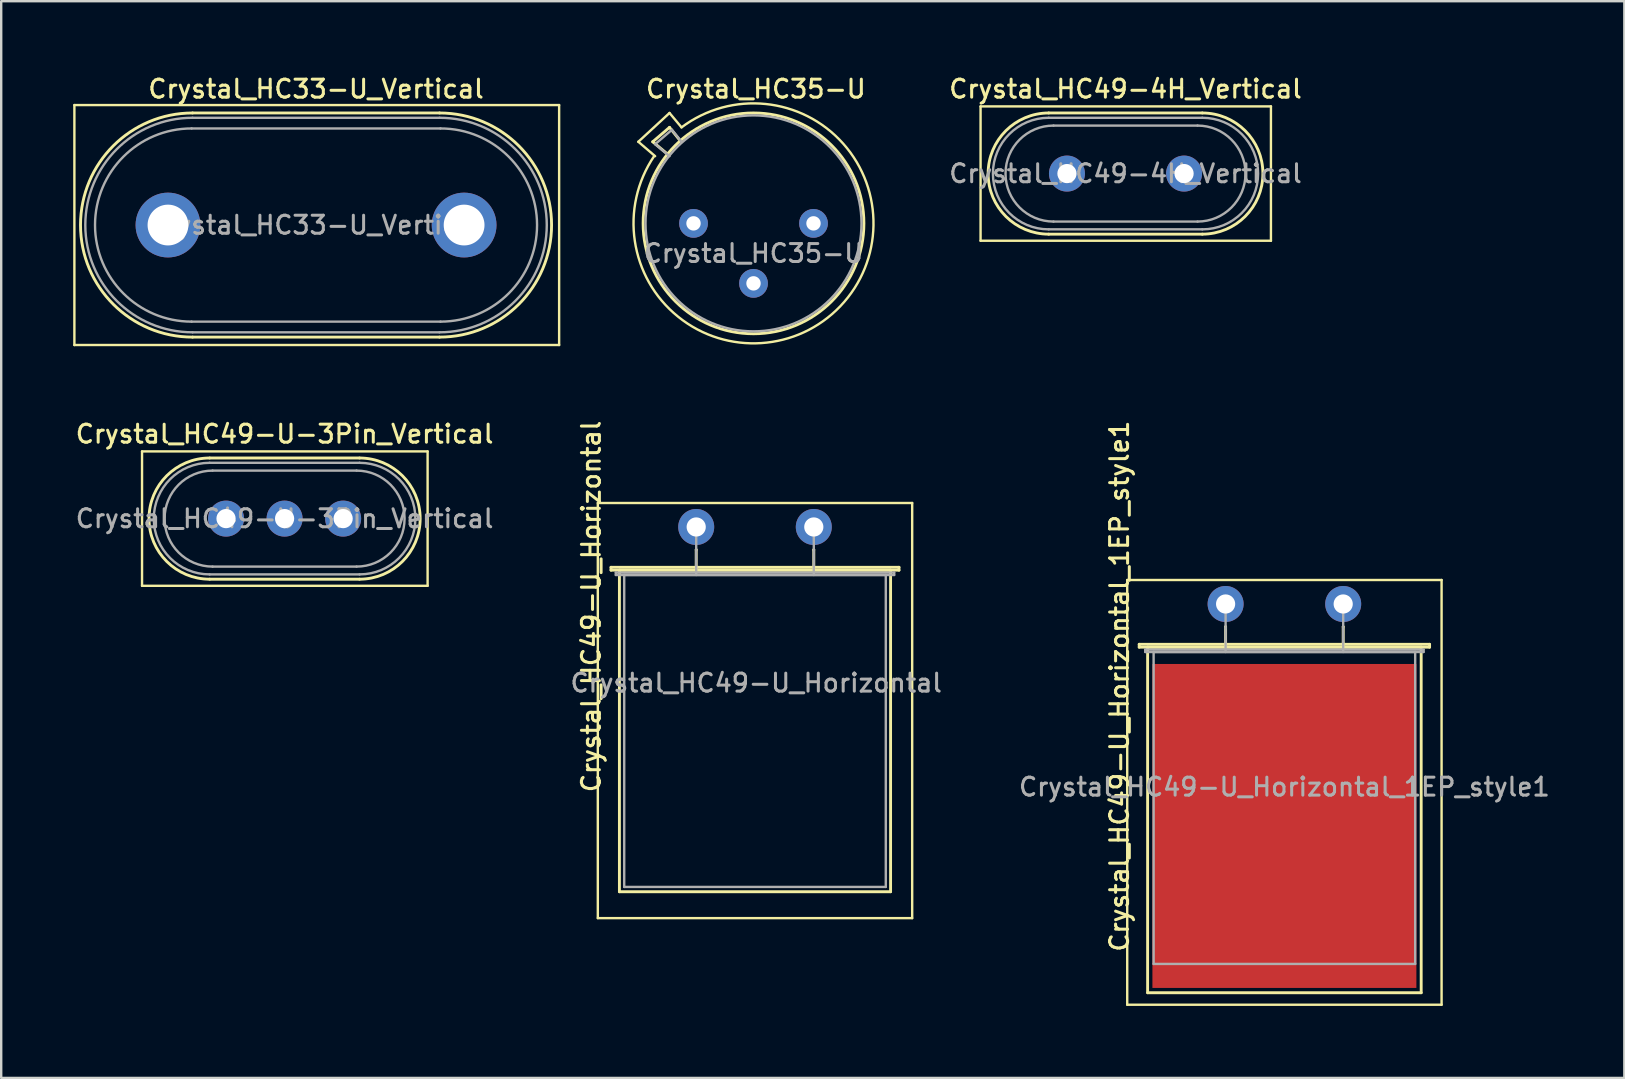
<source format=kicad_pcb>
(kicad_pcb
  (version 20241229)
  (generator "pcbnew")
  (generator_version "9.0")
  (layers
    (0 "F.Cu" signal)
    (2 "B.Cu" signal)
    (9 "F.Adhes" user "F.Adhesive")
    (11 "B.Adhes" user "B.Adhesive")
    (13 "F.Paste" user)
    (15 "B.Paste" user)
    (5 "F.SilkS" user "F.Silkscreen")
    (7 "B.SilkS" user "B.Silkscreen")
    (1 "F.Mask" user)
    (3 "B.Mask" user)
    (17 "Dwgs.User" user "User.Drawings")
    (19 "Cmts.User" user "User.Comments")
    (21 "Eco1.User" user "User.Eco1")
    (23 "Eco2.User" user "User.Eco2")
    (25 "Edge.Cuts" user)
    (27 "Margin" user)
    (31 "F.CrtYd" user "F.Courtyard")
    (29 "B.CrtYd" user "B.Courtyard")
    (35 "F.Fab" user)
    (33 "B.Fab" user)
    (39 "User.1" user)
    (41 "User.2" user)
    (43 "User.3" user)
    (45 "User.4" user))
  (footprint "Crystal_HC49-U_Horizontal_1EP_style1"
    (layer "F.Cu")
    (at 48.023 22.119)
    (property "Reference" "Crystal_HC49-U_Horizontal_1EP_style1" (at -4.425 3.425 90) (layer "F.SilkS") (effects (font (size 0.75 0.75) (thickness 0.125))))
    (attr through_hole)
    (fp_line (start -4.1 -1) (end -4.1 16.7) (stroke (width 0.1) (type solid)) (layer "F.SilkS"))
    (fp_line (start -4.1 16.7) (end 9 16.7) (stroke (width 0.1) (type solid)) (layer "F.SilkS"))
    (fp_line (start -3.6 1.68) (end 8.5 1.68) (stroke (width 0.12) (type solid)) (layer "F.SilkS"))
    (fp_line (start -3.6 1.8) (end -3.6 1.68) (stroke (width 0.12) (type solid)) (layer "F.SilkS"))
    (fp_line (start -3.25 1.8) (end -3.25 16.2) (stroke (width 0.12) (type solid)) (layer "F.SilkS"))
    (fp_line (start -3.25 16.2) (end 8.15 16.2) (stroke (width 0.12) (type solid)) (layer "F.SilkS"))
    (fp_line (start 0 0.95) (end 0 0.95) (stroke (width 0.12) (type solid)) (layer "F.SilkS"))
    (fp_line (start 0 1.8) (end 0 0.95) (stroke (width 0.12) (type solid)) (layer "F.SilkS"))
    (fp_line (start 4.9 0.95) (end 4.9 0.95) (stroke (width 0.12) (type solid)) (layer "F.SilkS"))
    (fp_line (start 4.9 1.8) (end 4.9 0.95) (stroke (width 0.12) (type solid)) (layer "F.SilkS"))
    (fp_line (start 8.15 1.8) (end -3.25 1.8) (stroke (width 0.12) (type solid)) (layer "F.SilkS"))
    (fp_line (start 8.15 16.2) (end 8.15 1.8) (stroke (width 0.12) (type solid)) (layer "F.SilkS"))
    (fp_line (start 8.5 1.68) (end 8.5 1.8) (stroke (width 0.12) (type solid)) (layer "F.SilkS"))
    (fp_line (start 8.5 1.8) (end -3.6 1.8) (stroke (width 0.12) (type solid)) (layer "F.SilkS"))
    (fp_line (start 9 -1) (end -4.1 -1) (stroke (width 0.1) (type solid)) (layer "F.SilkS"))
    (fp_line (start 9 16.7) (end 9 -1) (stroke (width 0.1) (type solid)) (layer "F.SilkS"))
    (fp_line (start -3.35 1.9) (end 8.25 1.9) (stroke (width 0.1) (type solid)) (layer "F.Fab"))
    (fp_line (start -3.35 2) (end -3.35 1.9) (stroke (width 0.1) (type solid)) (layer "F.Fab"))
    (fp_line (start -3 2) (end -3 15) (stroke (width 0.1) (type solid)) (layer "F.Fab"))
    (fp_line (start -3 15) (end 7.9 15) (stroke (width 0.1) (type solid)) (layer "F.Fab"))
    (fp_line (start 0 1) (end 0 0) (stroke (width 0.1) (type solid)) (layer "F.Fab"))
    (fp_line (start 0 2) (end 0 1) (stroke (width 0.1) (type solid)) (layer "F.Fab"))
    (fp_line (start 4.9 1) (end 4.9 0) (stroke (width 0.1) (type solid)) (layer "F.Fab"))
    (fp_line (start 4.9 2) (end 4.9 1) (stroke (width 0.1) (type solid)) (layer "F.Fab"))
    (fp_line (start 7.9 2) (end -3 2) (stroke (width 0.1) (type solid)) (layer "F.Fab"))
    (fp_line (start 7.9 15) (end 7.9 2) (stroke (width 0.1) (type solid)) (layer "F.Fab"))
    (fp_line (start 8.25 1.9) (end 8.25 2) (stroke (width 0.1) (type solid)) (layer "F.Fab"))
    (fp_line (start 8.25 2) (end -3.35 2) (stroke (width 0.1) (type solid)) (layer "F.Fab"))
    (fp_text user "${REFERENCE}" (at 2.45 7.625 0) (layer "F.Fab") (effects (font (size 0.75 0.75) (thickness 0.125))))
    (pad "1" thru_hole circle (at 0 0) (size 1.5 1.5) (drill 0.8) (layers "*.Cu" "*.Mask"))
    (pad "2" thru_hole circle (at 4.9 0) (size 1.5 1.5) (drill 0.8) (layers "*.Cu" "*.Mask"))
    (pad "3" smd rect (at 2.45 9.25) (size 11 13.5) (layers "F.Cu" "F.Mask" "F.Paste")))
  (footprint "Crystal_HC35-U"
    (layer "F.Cu")
    (at 25.85 6.258)
    (property "Reference" "Crystal_HC35-U" (at 2.6 -5.6 0) (layer "F.SilkS") (effects (font (size 0.75 0.75) (thickness 0.125))))
    (attr through_hole)
    (fp_line (start -2.3 -3.4) (end -1 -4.6) (stroke (width 0.1) (type solid)) (layer "F.SilkS"))
    (fp_line (start -1.7 -3.4) (end -1 -4) (stroke (width 0.12) (type solid)) (layer "F.SilkS"))
    (fp_line (start -1.6 -2.8) (end -2.3 -3.4) (stroke (width 0.1) (type solid)) (layer "F.SilkS"))
    (fp_line (start -1.1 -2.9) (end -1.7 -3.4) (stroke (width 0.12) (type solid)) (layer "F.SilkS"))
    (fp_line (start -1 -4.6) (end -0.5 -4) (stroke (width 0.1) (type solid)) (layer "F.SilkS"))
    (fp_line (start -1 -4) (end -0.6 -3.5) (stroke (width 0.12) (type solid)) (layer "F.SilkS"))
    (fp_arc (start -0.5 -4) (mid 6.119047 3.45) (end -1.638828 -2.80537) (stroke (width 0.1) (type solid)) (layer "F.SilkS"))
    (fp_circle (center 2.5 0) (end 7.1 0) (stroke (width 0.12) (type solid)) (fill no) (layer "F.SilkS"))
    (fp_line (start -1.6 -3.3) (end -0.9 -3.9) (stroke (width 0.1) (type solid)) (layer "F.Fab"))
    (fp_line (start -1 -2.8) (end -1.6 -3.3) (stroke (width 0.1) (type solid)) (layer "F.Fab"))
    (fp_line (start -0.9 -3.9) (end -0.5 -3.4) (stroke (width 0.1) (type solid)) (layer "F.Fab"))
    (fp_circle (center 2.5 0) (end 7 0) (stroke (width 0.1) (type solid)) (fill no) (layer "F.Fab"))
    (fp_text user "${REFERENCE}" (at 2.5 1.25 0) (layer "F.Fab") (effects (font (size 0.75 0.75) (thickness 0.125))))
    (pad "1" thru_hole circle (at 0 0) (size 1.2 1.2) (drill 0.6) (layers "*.Cu" "*.Mask"))
    (pad "2" thru_hole circle (at 5 0) (size 1.2 1.2) (drill 0.6) (layers "*.Cu" "*.Mask"))
    (pad "3" thru_hole circle (at 2.5 2.5) (size 1.2 1.2) (drill 0.6) (layers "*.Cu" "*.Mask")))
  (footprint "Crystal_HC49-4H_Vertical"
    (layer "F.Cu")
    (at 41.412 4.183)
    (property "Reference" "Crystal_HC49-4H_Vertical" (at 2.44 -3.525 0) (layer "F.SilkS") (effects (font (size 0.75 0.75) (thickness 0.125))))
    (attr through_hole)
    (fp_line (start -3.6 -2.8) (end -3.6 2.8) (stroke (width 0.1) (type solid)) (layer "F.SilkS"))
    (fp_line (start -3.6 2.8) (end 8.5 2.8) (stroke (width 0.1) (type solid)) (layer "F.SilkS"))
    (fp_line (start -0.76 -2.525) (end 5.64 -2.525) (stroke (width 0.12) (type solid)) (layer "F.SilkS"))
    (fp_line (start -0.76 2.525) (end 5.64 2.525) (stroke (width 0.12) (type solid)) (layer "F.SilkS"))
    (fp_line (start 8.5 -2.8) (end -3.6 -2.8) (stroke (width 0.1) (type solid)) (layer "F.SilkS"))
    (fp_line (start 8.5 2.8) (end 8.5 -2.8) (stroke (width 0.1) (type solid)) (layer "F.SilkS"))
    (fp_arc (start -0.76 2.525) (mid -3.285 0) (end -0.76 -2.525) (stroke (width 0.12) (type solid)) (layer "F.SilkS"))
    (fp_arc (start 5.64 -2.525) (mid 8.165 0) (end 5.64 2.525) (stroke (width 0.12) (type solid)) (layer "F.SilkS"))
    (fp_line (start -0.76 -2.325) (end 5.64 -2.325) (stroke (width 0.1) (type solid)) (layer "F.Fab"))
    (fp_line (start -0.76 2.325) (end 5.64 2.325) (stroke (width 0.1) (type solid)) (layer "F.Fab"))
    (fp_line (start -0.56 -2) (end 5.44 -2) (stroke (width 0.1) (type solid)) (layer "F.Fab"))
    (fp_line (start -0.56 2) (end 5.44 2) (stroke (width 0.1) (type solid)) (layer "F.Fab"))
    (fp_arc (start -0.76 2.325) (mid -3.085 0) (end -0.76 -2.325) (stroke (width 0.1) (type solid)) (layer "F.Fab"))
    (fp_arc (start -0.56 2) (mid -2.56 0) (end -0.56 -2) (stroke (width 0.1) (type solid)) (layer "F.Fab"))
    (fp_arc (start 5.44 -2) (mid 7.44 0) (end 5.44 2) (stroke (width 0.1) (type solid)) (layer "F.Fab"))
    (fp_arc (start 5.64 -2.325) (mid 7.965 0) (end 5.64 2.325) (stroke (width 0.1) (type solid)) (layer "F.Fab"))
    (fp_text user "${REFERENCE}" (at 2.44 0 0) (layer "F.Fab") (effects (font (size 0.75 0.75) (thickness 0.125))))
    (pad "1" thru_hole circle (at 0 0) (size 1.5 1.5) (drill 0.8) (layers "*.Cu" "*.Mask"))
    (pad "2" thru_hole circle (at 4.88 0) (size 1.5 1.5) (drill 0.8) (layers "*.Cu" "*.Mask")))
  (footprint "Crystal_HC33-U_Vertical"
    (layer "F.Cu")
    (at 3.95 6.328)
    (property "Reference" "Crystal_HC33-U_Vertical" (at 6.17 -5.67 0) (layer "F.SilkS") (effects (font (size 0.75 0.75) (thickness 0.125))))
    (attr through_hole)
    (fp_line (start -3.9 -5) (end -3.9 5) (stroke (width 0.1) (type solid)) (layer "F.SilkS"))
    (fp_line (start -3.9 5) (end 16.3 5) (stroke (width 0.1) (type solid)) (layer "F.SilkS"))
    (fp_line (start 1.025 -4.67) (end 11.315 -4.67) (stroke (width 0.12) (type solid)) (layer "F.SilkS"))
    (fp_line (start 1.025 4.67) (end 11.315 4.67) (stroke (width 0.12) (type solid)) (layer "F.SilkS"))
    (fp_line (start 16.3 -5) (end -3.9 -5) (stroke (width 0.1) (type solid)) (layer "F.SilkS"))
    (fp_line (start 16.3 5) (end 16.3 -5) (stroke (width 0.1) (type solid)) (layer "F.SilkS"))
    (fp_arc (start 1.025 4.67) (mid -3.645 0) (end 1.025 -4.67) (stroke (width 0.12) (type solid)) (layer "F.SilkS"))
    (fp_arc (start 11.315 -4.67) (mid 15.985 0) (end 11.315 4.67) (stroke (width 0.12) (type solid)) (layer "F.SilkS"))
    (fp_line (start 0.985 -4.025) (end 11.355 -4.025) (stroke (width 0.1) (type solid)) (layer "F.Fab"))
    (fp_line (start 0.985 4.025) (end 11.355 4.025) (stroke (width 0.1) (type solid)) (layer "F.Fab"))
    (fp_line (start 1.025 -4.47) (end 11.315 -4.47) (stroke (width 0.1) (type solid)) (layer "F.Fab"))
    (fp_line (start 1.025 4.47) (end 11.315 4.47) (stroke (width 0.1) (type solid)) (layer "F.Fab"))
    (fp_arc (start 0.985 4.025) (mid -3.04 0) (end 0.985 -4.025) (stroke (width 0.1) (type solid)) (layer "F.Fab"))
    (fp_arc (start 1.025 4.47) (mid -3.445 0) (end 1.025 -4.47) (stroke (width 0.1) (type solid)) (layer "F.Fab"))
    (fp_arc (start 11.315 -4.47) (mid 15.785 0) (end 11.315 4.47) (stroke (width 0.1) (type solid)) (layer "F.Fab"))
    (fp_arc (start 11.355 -4.025) (mid 15.38 0) (end 11.355 4.025) (stroke (width 0.1) (type solid)) (layer "F.Fab"))
    (fp_text user "${REFERENCE}" (at 6.17 0 0) (layer "F.Fab") (effects (font (size 0.75 0.75) (thickness 0.125))))
    (pad "1" thru_hole circle (at 0 0) (size 2.7 2.7) (drill 1.7) (layers "*.Cu" "*.Mask"))
    (pad "2" thru_hole circle (at 12.34 0) (size 2.7 2.7) (drill 1.7) (layers "*.Cu" "*.Mask")))
  (footprint "Crystal_HC49-U_Horizontal"
    (layer "F.Cu")
    (at 25.962 18.91)
    (property "Reference" "Crystal_HC49-U_Horizontal" (at -4.375 3.312 90) (layer "F.SilkS") (effects (font (size 0.75 0.75) (thickness 0.125))))
    (attr through_hole)
    (fp_line (start -4.1 -1) (end -4.1 16.3) (stroke (width 0.1) (type solid)) (layer "F.SilkS"))
    (fp_line (start -4.1 16.3) (end 9 16.3) (stroke (width 0.1) (type solid)) (layer "F.SilkS"))
    (fp_line (start -3.55 1.68) (end 8.45 1.68) (stroke (width 0.12) (type solid)) (layer "F.SilkS"))
    (fp_line (start -3.55 1.8) (end -3.55 1.68) (stroke (width 0.12) (type solid)) (layer "F.SilkS"))
    (fp_line (start -3.2 1.8) (end -3.2 15.2) (stroke (width 0.12) (type solid)) (layer "F.SilkS"))
    (fp_line (start -3.2 15.2) (end 8.1 15.2) (stroke (width 0.12) (type solid)) (layer "F.SilkS"))
    (fp_line (start 0 0.95) (end 0 0.95) (stroke (width 0.12) (type solid)) (layer "F.SilkS"))
    (fp_line (start 0 1.8) (end 0 0.95) (stroke (width 0.12) (type solid)) (layer "F.SilkS"))
    (fp_line (start 4.9 0.95) (end 4.9 0.95) (stroke (width 0.12) (type solid)) (layer "F.SilkS"))
    (fp_line (start 4.9 1.8) (end 4.9 0.95) (stroke (width 0.12) (type solid)) (layer "F.SilkS"))
    (fp_line (start 8.1 1.8) (end -3.2 1.8) (stroke (width 0.12) (type solid)) (layer "F.SilkS"))
    (fp_line (start 8.1 15.2) (end 8.1 1.8) (stroke (width 0.12) (type solid)) (layer "F.SilkS"))
    (fp_line (start 8.45 1.68) (end 8.45 1.8) (stroke (width 0.12) (type solid)) (layer "F.SilkS"))
    (fp_line (start 8.45 1.8) (end -3.55 1.8) (stroke (width 0.12) (type solid)) (layer "F.SilkS"))
    (fp_line (start 9 -1) (end -4.1 -1) (stroke (width 0.1) (type solid)) (layer "F.SilkS"))
    (fp_line (start 9 16.3) (end 9 -1) (stroke (width 0.1) (type solid)) (layer "F.SilkS"))
    (fp_line (start -3.35 1.9) (end 8.25 1.9) (stroke (width 0.1) (type solid)) (layer "F.Fab"))
    (fp_line (start -3.35 2) (end -3.35 1.9) (stroke (width 0.1) (type solid)) (layer "F.Fab"))
    (fp_line (start -3 2) (end -3 15) (stroke (width 0.1) (type solid)) (layer "F.Fab"))
    (fp_line (start -3 15) (end 7.9 15) (stroke (width 0.1) (type solid)) (layer "F.Fab"))
    (fp_line (start 0 1) (end 0 0) (stroke (width 0.1) (type solid)) (layer "F.Fab"))
    (fp_line (start 0 2) (end 0 1) (stroke (width 0.1) (type solid)) (layer "F.Fab"))
    (fp_line (start 4.9 1) (end 4.9 0) (stroke (width 0.1) (type solid)) (layer "F.Fab"))
    (fp_line (start 4.9 2) (end 4.9 1) (stroke (width 0.1) (type solid)) (layer "F.Fab"))
    (fp_line (start 7.9 2) (end -3 2) (stroke (width 0.1) (type solid)) (layer "F.Fab"))
    (fp_line (start 7.9 15) (end 7.9 2) (stroke (width 0.1) (type solid)) (layer "F.Fab"))
    (fp_line (start 8.25 1.9) (end 8.25 2) (stroke (width 0.1) (type solid)) (layer "F.Fab"))
    (fp_line (start 8.25 2) (end -3.35 2) (stroke (width 0.1) (type solid)) (layer "F.Fab"))
    (fp_text user "${REFERENCE}" (at 2.5 6.5 0) (layer "F.Fab") (effects (font (size 0.75 0.75) (thickness 0.125))))
    (pad "1" thru_hole circle (at 0 0) (size 1.5 1.5) (drill 0.8) (layers "*.Cu" "*.Mask"))
    (pad "2" thru_hole circle (at 4.9 0) (size 1.5 1.5) (drill 0.8) (layers "*.Cu" "*.Mask")))
  (footprint "Crystal_HC49-U-3Pin_Vertical"
    (layer "F.Cu")
    (at 6.369 18.561)
    (property "Reference" "Crystal_HC49-U-3Pin_Vertical" (at 2.44 -3.525 0) (layer "F.SilkS") (effects (font (size 0.75 0.75) (thickness 0.125))))
    (attr through_hole)
    (fp_line (start -3.5 -2.8) (end -3.5 2.8) (stroke (width 0.1) (type solid)) (layer "F.SilkS"))
    (fp_line (start -3.5 2.8) (end 8.4 2.8) (stroke (width 0.1) (type solid)) (layer "F.SilkS"))
    (fp_line (start -0.685 -2.525) (end 5.565 -2.525) (stroke (width 0.12) (type solid)) (layer "F.SilkS"))
    (fp_line (start -0.685 2.525) (end 5.565 2.525) (stroke (width 0.12) (type solid)) (layer "F.SilkS"))
    (fp_line (start 8.4 -2.8) (end -3.5 -2.8) (stroke (width 0.1) (type solid)) (layer "F.SilkS"))
    (fp_line (start 8.4 2.8) (end 8.4 -2.8) (stroke (width 0.1) (type solid)) (layer "F.SilkS"))
    (fp_arc (start -0.685 2.525) (mid -3.21 0) (end -0.685 -2.525) (stroke (width 0.12) (type solid)) (layer "F.SilkS"))
    (fp_arc (start 5.565 -2.525) (mid 8.09 0) (end 5.565 2.525) (stroke (width 0.12) (type solid)) (layer "F.SilkS"))
    (fp_line (start -0.685 -2.325) (end 5.565 -2.325) (stroke (width 0.1) (type solid)) (layer "F.Fab"))
    (fp_line (start -0.685 2.325) (end 5.565 2.325) (stroke (width 0.1) (type solid)) (layer "F.Fab"))
    (fp_line (start -0.56 -2) (end 5.44 -2) (stroke (width 0.1) (type solid)) (layer "F.Fab"))
    (fp_line (start -0.56 2) (end 5.44 2) (stroke (width 0.1) (type solid)) (layer "F.Fab"))
    (fp_arc (start -0.685 2.325) (mid -3.01 0) (end -0.685 -2.325) (stroke (width 0.1) (type solid)) (layer "F.Fab"))
    (fp_arc (start -0.56 2) (mid -2.56 0) (end -0.56 -2) (stroke (width 0.1) (type solid)) (layer "F.Fab"))
    (fp_arc (start 5.44 -2) (mid 7.44 0) (end 5.44 2) (stroke (width 0.1) (type solid)) (layer "F.Fab"))
    (fp_arc (start 5.565 -2.325) (mid 7.89 0) (end 5.565 2.325) (stroke (width 0.1) (type solid)) (layer "F.Fab"))
    (fp_text user "${REFERENCE}" (at 2.44 0 0) (layer "F.Fab") (effects (font (size 0.75 0.75) (thickness 0.125))))
    (pad "1" thru_hole circle (at 0 0) (size 1.5 1.5) (drill 0.8) (layers "*.Cu" "*.Mask"))
    (pad "2" thru_hole circle (at 2.44 0) (size 1.5 1.5) (drill 0.8) (layers "*.Cu" "*.Mask"))
    (pad "3" thru_hole circle (at 4.88 0) (size 1.5 1.5) (drill 0.8) (layers "*.Cu" "*.Mask")))
  (gr_rect
    (start -3 -3)
    (end 64.639 41.869)
    (stroke (width 0.1) (type default))
    (fill no)
    (layer "Edge.Cuts")))
</source>
